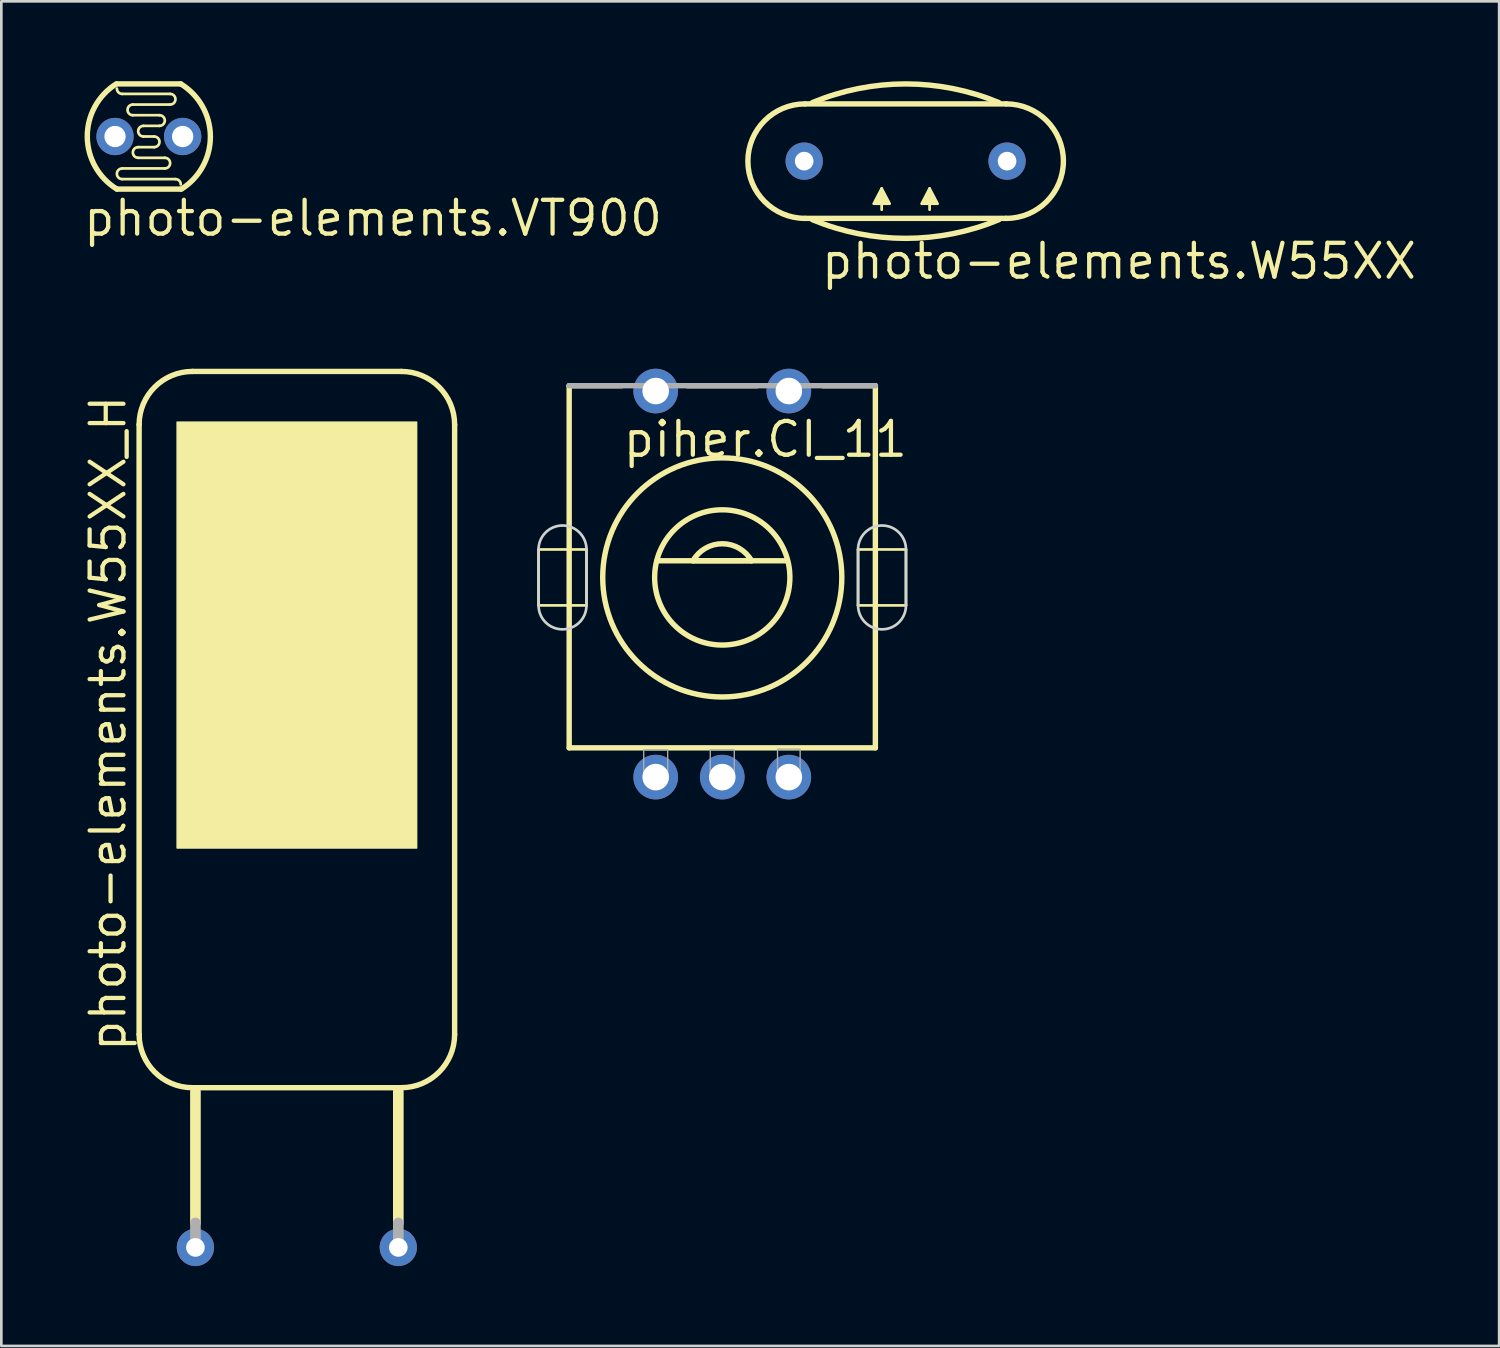
<source format=kicad_pcb>
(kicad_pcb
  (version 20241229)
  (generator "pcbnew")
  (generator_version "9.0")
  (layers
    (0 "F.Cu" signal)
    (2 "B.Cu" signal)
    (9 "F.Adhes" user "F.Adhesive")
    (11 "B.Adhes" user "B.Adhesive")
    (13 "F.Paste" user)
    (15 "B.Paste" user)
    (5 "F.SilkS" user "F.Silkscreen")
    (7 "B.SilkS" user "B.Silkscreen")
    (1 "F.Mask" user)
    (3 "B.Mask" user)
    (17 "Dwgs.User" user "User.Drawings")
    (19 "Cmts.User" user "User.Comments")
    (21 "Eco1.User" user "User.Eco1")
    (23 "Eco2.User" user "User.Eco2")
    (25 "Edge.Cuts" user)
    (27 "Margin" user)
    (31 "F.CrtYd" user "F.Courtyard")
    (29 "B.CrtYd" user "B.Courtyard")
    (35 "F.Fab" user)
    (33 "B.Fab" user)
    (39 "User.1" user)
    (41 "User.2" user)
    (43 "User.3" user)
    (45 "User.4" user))
  (footprint "photo-elements.W55XX"
    (layer "F.Cu")
    (at 30.964 3.002)
    (property "Reference" "photo-elements.W55XX" (at -3.25 4.5 0) (layer "F.SilkS") (effects (font (size 1.27 1.27) (thickness 0.16)) (justify left bottom)))
    (attr through_hole)
    (fp_line (start -3.775 -2.15) (end 3.775 -2.15) (stroke (width 0.203) (type default)) (layer "F.SilkS"))
    (fp_line (start -0.9 1.825) (end -0.9 1.025) (stroke (width 0.102) (type default)) (layer "F.SilkS"))
    (fp_line (start 0.9 1.825) (end 0.9 1.025) (stroke (width 0.102) (type default)) (layer "F.SilkS"))
    (fp_line (start 3.775 2.15) (end -3.775 2.15) (stroke (width 0.203) (type default)) (layer "F.SilkS"))
    (fp_arc (start -3.775 2.15) (mid -5.925 0) (end -3.775 -2.15) (stroke (width 0.2032) (type default)) (layer "F.SilkS"))
    (fp_arc (start -3.5 -2.2) (mid 0 -2.9) (end 3.5 -2.2) (stroke (width 0.2032) (type default)) (layer "F.SilkS"))
    (fp_arc (start 3.5 2.2) (mid 0 2.9) (end -3.5 2.2) (stroke (width 0.2032) (type default)) (layer "F.SilkS"))
    (fp_arc (start 3.775 -2.15) (mid 5.925 0) (end 3.775 2.15) (stroke (width 0.2032) (type default)) (layer "F.SilkS"))
    (fp_poly (pts (xy -0.9 1.025) (xy -1.2 1.6) (xy -0.6 1.6)) (stroke (width 0.102) (type default)) (fill yes) (layer "F.SilkS"))
    (fp_poly (pts (xy 0.9 1.025) (xy 0.6 1.6) (xy 1.2 1.6)) (stroke (width 0.102) (type default)) (fill yes) (layer "F.SilkS"))
    (pad "1" thru_hole circle (at -3.81 0) (size 1.4 1.4) (drill 0.7) (layers "*.Cu" "*.Mask"))
    (pad "2" thru_hole circle (at 3.81 0) (size 1.4 1.4) (drill 0.7) (layers "*.Cu" "*.Mask")))
  (footprint "photo-elements.VT900"
    (layer "F.Cu")
    (at 2.54 2.077)
    (property "Reference" "photo-elements.VT900" (at -2.54 3.81 0) (layer "F.SilkS") (effects (font (size 1.27 1.27) (thickness 0.16)) (justify left bottom)))
    (attr through_hole)
    (fp_line (start -1.2 -1.975) (end 1.2 -1.975) (stroke (width 0.203) (type default)) (layer "F.SilkS"))
    (fp_line (start -1 -1.6) (end 0.8 -1.6) (stroke (width 0.102) (type default)) (layer "F.SilkS"))
    (fp_line (start -1 1.6) (end 1 1.6) (stroke (width 0.102) (type default)) (layer "F.SilkS"))
    (fp_line (start -0.6 -0.8) (end 0.4 -0.8) (stroke (width 0.102) (type default)) (layer "F.SilkS"))
    (fp_line (start -0.4 0.8) (end 0.6 0.8) (stroke (width 0.102) (type default)) (layer "F.SilkS"))
    (fp_line (start -0.2 0) (end 0.2 0) (stroke (width 0.102) (type default)) (layer "F.SilkS"))
    (fp_line (start 0.2 0.4) (end -0.4 0.4) (stroke (width 0.102) (type default)) (layer "F.SilkS"))
    (fp_line (start 0.4 -0.4) (end -0.2 -0.4) (stroke (width 0.102) (type default)) (layer "F.SilkS"))
    (fp_line (start 0.6 1.2) (end -1 1.2) (stroke (width 0.102) (type default)) (layer "F.SilkS"))
    (fp_line (start 0.8 -1.2) (end -0.6 -1.2) (stroke (width 0.102) (type default)) (layer "F.SilkS"))
    (fp_line (start 1.2 1.975) (end -1.2 1.975) (stroke (width 0.203) (type default)) (layer "F.SilkS"))
    (fp_arc (start -1.2 1.975) (mid -2.311559 0.006956) (end -1.225 -1.975) (stroke (width 0.2032) (type default)) (layer "F.SilkS"))
    (fp_arc (start -1 -1.6) (mid -1.141421 -1.658579) (end -1.2 -1.8) (stroke (width 0.1016) (type default)) (layer "F.SilkS"))
    (fp_arc (start -1 1.6) (mid -1.2 1.4) (end -1 1.2) (stroke (width 0.1016) (type default)) (layer "F.SilkS"))
    (fp_arc (start -0.6 -0.8) (mid -0.8 -1) (end -0.6 -1.2) (stroke (width 0.1016) (type default)) (layer "F.SilkS"))
    (fp_arc (start -0.4 0.8) (mid -0.6 0.6) (end -0.4 0.4) (stroke (width 0.1016) (type default)) (layer "F.SilkS"))
    (fp_arc (start -0.2 0) (mid -0.4 -0.2) (end -0.2 -0.4) (stroke (width 0.1016) (type default)) (layer "F.SilkS"))
    (fp_arc (start 0.2 0) (mid 0.4 0.2) (end 0.2 0.4) (stroke (width 0.1016) (type default)) (layer "F.SilkS"))
    (fp_arc (start 0.4 -0.8) (mid 0.6 -0.6) (end 0.4 -0.4) (stroke (width 0.1016) (type default)) (layer "F.SilkS"))
    (fp_arc (start 0.6 0.8) (mid 0.8 1) (end 0.6 1.2) (stroke (width 0.1016) (type default)) (layer "F.SilkS"))
    (fp_arc (start 0.8 -1.6) (mid 1 -1.4) (end 0.8 -1.2) (stroke (width 0.1016) (type default)) (layer "F.SilkS"))
    (fp_arc (start 1 1.6) (mid 1.141421 1.658579) (end 1.2 1.8) (stroke (width 0.1016) (type default)) (layer "F.SilkS"))
    (fp_arc (start 1.2 -1.975) (mid 2.311559 -0.006956) (end 1.225 1.975) (stroke (width 0.2032) (type default)) (layer "F.SilkS"))
    (pad "1" thru_hole circle (at -1.27 0) (size 1.4 1.4) (drill 0.8) (layers "*.Cu" "*.Mask"))
    (pad "2" thru_hole circle (at 1.27 0) (size 1.4 1.4) (drill 0.8) (layers "*.Cu" "*.Mask")))
  (footprint "photo-elements.W55XX_H"
    (layer "F.Cu")
    (at 8.1 37.801)
    (property "Reference" "photo-elements.W55XX_H" (at -6.35 -1.27 90) (layer "F.SilkS") (effects (font (size 1.27 1.27) (thickness 0.16)) (justify left bottom)))
    (attr through_hole)
    (fp_line (start -5.925 -24.9) (end -5.925 -2) (stroke (width 0.203) (type default)) (layer "F.SilkS"))
    (fp_line (start -3.925 -26.9) (end 3.925 -26.9) (stroke (width 0.203) (type default)) (layer "F.SilkS"))
    (fp_line (start -3.925 0) (end 3.925 0) (stroke (width 0.203) (type default)) (layer "F.SilkS"))
    (fp_line (start -3.81 5.08) (end -3.81 0.145) (stroke (width 0.4) (type default)) (layer "F.SilkS"))
    (fp_line (start 3.81 5.08) (end 3.81 0.145) (stroke (width 0.4) (type default)) (layer "F.SilkS"))
    (fp_line (start 5.925 -2) (end 5.925 -24.9) (stroke (width 0.203) (type default)) (layer "F.SilkS"))
    (fp_rect (start -4.5 -9) (end 4.5 -25) (stroke (width 0.05) (type default)) (fill yes) (layer "F.SilkS"))
    (fp_arc (start -5.925 -24.9) (mid -5.339214 -26.314214) (end -3.925 -26.9) (stroke (width 0.2032) (type default)) (layer "F.SilkS"))
    (fp_arc (start -3.925 0) (mid -5.339214 -0.585786) (end -5.925 -2) (stroke (width 0.2032) (type default)) (layer "F.SilkS"))
    (fp_arc (start 3.925 -26.9) (mid 5.339214 -26.314214) (end 5.925 -24.9) (stroke (width 0.2032) (type default)) (layer "F.SilkS"))
    (fp_arc (start 5.925 -2) (mid 5.339214 -0.585786) (end 3.925 0) (stroke (width 0.2032) (type default)) (layer "F.SilkS"))
    (fp_line (start -3.81 5.08) (end -3.81 6) (stroke (width 0.4) (type default)) (layer "F.Fab"))
    (fp_line (start 3.81 5.08) (end 3.81 6) (stroke (width 0.4) (type default)) (layer "F.Fab"))
    (pad "1" thru_hole circle (at -3.81 6) (size 1.4 1.4) (drill 0.7) (layers "*.Cu" "*.Mask"))
    (pad "2" thru_hole circle (at 3.81 6) (size 1.4 1.4) (drill 0.7) (layers "*.Cu" "*.Mask")))
  (footprint "piher.CI_11"
    (layer "F.Cu")
    (at 24.077 18.637)
    (property "Reference" "piher.CI_11" (at -3.81 -4.445 0) (layer "F.SilkS") (effects (font (size 1.27 1.27) (thickness 0.16)) (justify left bottom)))
    (attr through_hole)
    (fp_line (start -6.9 -1.05) (end -5.1 -1.05) (stroke (width 0.1) (type default)) (layer "F.SilkS"))
    (fp_line (start -6.9 1.05) (end -6.9 -1.05) (stroke (width 0.1) (type default)) (layer "F.SilkS"))
    (fp_line (start -5.75 -7.2) (end -3.775 -7.2) (stroke (width 0.203) (type default)) (layer "F.SilkS"))
    (fp_line (start -5.75 6.4) (end -5.75 -7.2) (stroke (width 0.203) (type default)) (layer "F.SilkS"))
    (fp_line (start -5.1 -1.05) (end -5.1 1.05) (stroke (width 0.1) (type default)) (layer "F.SilkS"))
    (fp_line (start -5.1 1.05) (end -6.9 1.05) (stroke (width 0.1) (type default)) (layer "F.SilkS"))
    (fp_line (start -2.45 -0.625) (end 2.425 -0.625) (stroke (width 0.203) (type default)) (layer "F.SilkS"))
    (fp_line (start -1.305 -7.2) (end 1.305 -7.2) (stroke (width 0.203) (type default)) (layer "F.SilkS"))
    (fp_line (start -1.1 -0.625) (end 1.1 -0.625) (stroke (width 0.203) (type default)) (layer "F.SilkS"))
    (fp_line (start 3.775 -7.2) (end 5.75 -7.2) (stroke (width 0.203) (type default)) (layer "F.SilkS"))
    (fp_line (start 5.1 -1.05) (end 6.9 -1.05) (stroke (width 0.1) (type default)) (layer "F.SilkS"))
    (fp_line (start 5.1 1.05) (end 5.1 -1.05) (stroke (width 0.1) (type default)) (layer "F.SilkS"))
    (fp_line (start 5.75 -7.2) (end 5.75 6.4) (stroke (width 0.203) (type default)) (layer "F.SilkS"))
    (fp_line (start 5.75 6.4) (end -5.75 6.4) (stroke (width 0.203) (type default)) (layer "F.SilkS"))
    (fp_line (start 6.9 -1.05) (end 6.9 1.05) (stroke (width 0.1) (type default)) (layer "F.SilkS"))
    (fp_line (start 6.9 1.05) (end 5.1 1.05) (stroke (width 0.1) (type default)) (layer "F.SilkS"))
    (fp_arc (start -1.1 -0.625) (mid 0 -1.265158) (end 1.1 -0.625) (stroke (width 0.2032) (type default)) (layer "F.SilkS"))
    (fp_circle (center 0 0) (end 2.54 0) (stroke (width 0.203) (type default)) (fill no) (layer "F.SilkS"))
    (fp_circle (center 0 0) (end 4.49 0) (stroke (width 0.203) (type default)) (fill no) (layer "F.SilkS"))
    (fp_line (start -6.9 -1.05) (end -6.9 1.05) (stroke (width 0.1) (type default)) (layer "Edge.Cuts"))
    (fp_line (start -5.1 -1.05) (end -5.1 1.05) (stroke (width 0.1) (type default)) (layer "Edge.Cuts"))
    (fp_line (start 5.1 1.05) (end 5.1 -1.05) (stroke (width 0.1) (type default)) (layer "Edge.Cuts"))
    (fp_line (start 6.9 1.05) (end 6.9 -1.05) (stroke (width 0.1) (type default)) (layer "Edge.Cuts"))
    (fp_arc (start -6.9 -1.05) (mid -6 -1.95) (end -5.1 -1.05) (stroke (width 0.1) (type default)) (layer "Edge.Cuts"))
    (fp_arc (start -5.1 1.05) (mid -6 1.95) (end -6.9 1.05) (stroke (width 0.1) (type default)) (layer "Edge.Cuts"))
    (fp_arc (start 5.1 -1.05) (mid 6 -1.95) (end 6.9 -1.05) (stroke (width 0.1) (type default)) (layer "Edge.Cuts"))
    (fp_arc (start 6.9 1.05) (mid 6 1.95) (end 5.1 1.05) (stroke (width 0.1) (type default)) (layer "Edge.Cuts"))
    (fp_line (start -5.75 -7.2) (end 5.75 -7.2) (stroke (width 0.203) (type default)) (layer "F.Fab"))
    (fp_rect (start -2.95 7.625) (end -2.05 6.475) (stroke (width 0.05) (type default)) (fill no) (layer "F.Fab"))
    (fp_rect (start -0.45 7.625) (end 0.45 6.475) (stroke (width 0.05) (type default)) (fill no) (layer "F.Fab"))
    (fp_rect (start 2.075 7.625) (end 2.925 6.45) (stroke (width 0.05) (type default)) (fill no) (layer "F.Fab"))
    (pad "A" thru_hole circle (at -2.5 7.5) (size 1.676 1.676) (drill 1) (layers "*.Cu" "*.Mask"))
    (pad "B" thru_hole circle (at 0 7.5) (size 1.676 1.676) (drill 1) (layers "*.Cu" "*.Mask"))
    (pad "C" thru_hole circle (at 2.5 7.5) (size 1.676 1.676) (drill 1) (layers "*.Cu" "*.Mask"))
    (pad "D" thru_hole circle (at -2.5 -7) (size 1.676 1.676) (drill 1) (layers "*.Cu" "*.Mask"))
    (pad "E" thru_hole circle (at 2.5 -7) (size 1.676 1.676) (drill 1) (layers "*.Cu" "*.Mask")))
  (gr_rect
    (start -3 -3)
    (end 53.255 47.501)
    (stroke (width 0.1) (type default))
    (fill no)
    (layer "Edge.Cuts")))
</source>
